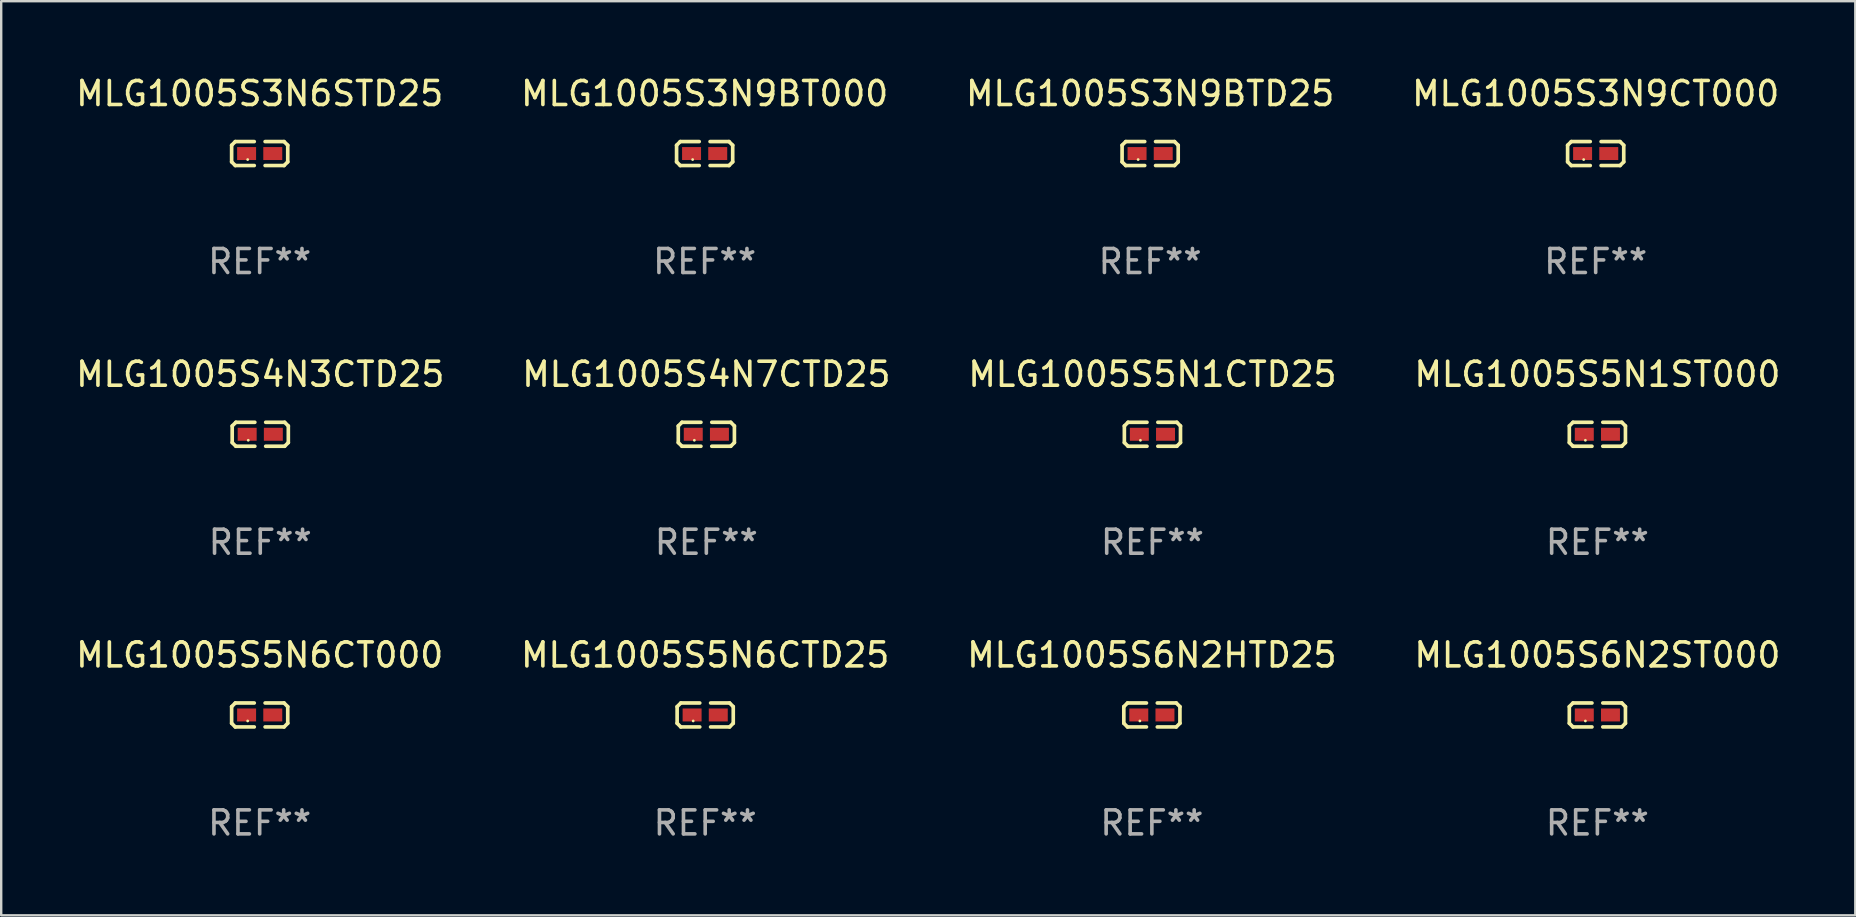
<source format=kicad_pcb>
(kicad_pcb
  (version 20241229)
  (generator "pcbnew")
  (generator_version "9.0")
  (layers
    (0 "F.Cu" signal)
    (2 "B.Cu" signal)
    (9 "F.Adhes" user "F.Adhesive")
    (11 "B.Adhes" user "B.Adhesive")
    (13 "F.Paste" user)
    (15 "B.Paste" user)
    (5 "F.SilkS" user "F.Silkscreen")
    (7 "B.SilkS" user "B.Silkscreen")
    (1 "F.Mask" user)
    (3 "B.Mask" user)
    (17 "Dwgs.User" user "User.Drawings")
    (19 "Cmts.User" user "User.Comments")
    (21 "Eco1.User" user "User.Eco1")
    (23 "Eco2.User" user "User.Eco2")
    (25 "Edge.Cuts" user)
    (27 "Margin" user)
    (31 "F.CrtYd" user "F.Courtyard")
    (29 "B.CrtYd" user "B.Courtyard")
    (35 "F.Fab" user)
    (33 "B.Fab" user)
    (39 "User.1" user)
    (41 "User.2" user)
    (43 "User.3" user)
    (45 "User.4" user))
  (footprint "MLG1005S4N3CTD25"
    (layer "F.Cu")
    (at 7.792 15.041)
    (property "Reference" "MLG1005S4N3CTD25" (at 0 -2.499 0) (layer "F.SilkS") (effects (font (size 1 1) (thickness 0.15))))
    (attr through_hole)
    (fp_line (start -1.169 -0.346) (end -1.016 -0.499) (stroke (width 0.152) (type solid)) (layer "F.SilkS"))
    (fp_line (start -1.169 0.346) (end -1.169 -0.346) (stroke (width 0.152) (type solid)) (layer "F.SilkS"))
    (fp_line (start -1.016 -0.499) (end -0.226 -0.499) (stroke (width 0.152) (type solid)) (layer "F.SilkS"))
    (fp_line (start -1.016 0.499) (end -1.169 0.346) (stroke (width 0.152) (type solid)) (layer "F.SilkS"))
    (fp_line (start -0.226 0.499) (end -1.016 0.499) (stroke (width 0.152) (type solid)) (layer "F.SilkS"))
    (fp_line (start 0.226 0.499) (end 1.016 0.499) (stroke (width 0.152) (type solid)) (layer "F.SilkS"))
    (fp_line (start 1.016 -0.499) (end 0.226 -0.499) (stroke (width 0.152) (type solid)) (layer "F.SilkS"))
    (fp_line (start 1.016 0.499) (end 1.169 0.346) (stroke (width 0.152) (type solid)) (layer "F.SilkS"))
    (fp_line (start 1.169 -0.346) (end 1.016 -0.499) (stroke (width 0.152) (type solid)) (layer "F.SilkS"))
    (fp_line (start 1.169 0.346) (end 1.169 -0.346) (stroke (width 0.152) (type solid)) (layer "F.SilkS"))
    (fp_circle (center -0.5 0.25) (end -0.47 0.25) (stroke (width 0.06) (type solid)) (fill no) (layer "F.SilkS"))
    (fp_text user "REF**" (at 0 4.499 0) (layer "F.Fab") (effects (font (size 1 1) (thickness 0.15))))
    (pad "1" smd rect (at -0.545 0) (size 0.79 0.54) (layers "F.Cu" "F.Mask" "F.Paste"))
    (pad "2" smd rect (at 0.545 0) (size 0.79 0.54) (layers "F.Cu" "F.Mask" "F.Paste")))
  (footprint "MLG1005S3N9CT000"
    (layer "F.Cu")
    (at 63.423 3.347)
    (property "Reference" "MLG1005S3N9CT000" (at 0 -2.499 0) (layer "F.SilkS") (effects (font (size 1 1) (thickness 0.15))))
    (attr through_hole)
    (fp_line (start -1.169 -0.346) (end -1.016 -0.499) (stroke (width 0.152) (type solid)) (layer "F.SilkS"))
    (fp_line (start -1.169 0.346) (end -1.169 -0.346) (stroke (width 0.152) (type solid)) (layer "F.SilkS"))
    (fp_line (start -1.016 -0.499) (end -0.226 -0.499) (stroke (width 0.152) (type solid)) (layer "F.SilkS"))
    (fp_line (start -1.016 0.499) (end -1.169 0.346) (stroke (width 0.152) (type solid)) (layer "F.SilkS"))
    (fp_line (start -0.226 0.499) (end -1.016 0.499) (stroke (width 0.152) (type solid)) (layer "F.SilkS"))
    (fp_line (start 0.226 0.499) (end 1.016 0.499) (stroke (width 0.152) (type solid)) (layer "F.SilkS"))
    (fp_line (start 1.016 -0.499) (end 0.226 -0.499) (stroke (width 0.152) (type solid)) (layer "F.SilkS"))
    (fp_line (start 1.016 0.499) (end 1.169 0.346) (stroke (width 0.152) (type solid)) (layer "F.SilkS"))
    (fp_line (start 1.169 -0.346) (end 1.016 -0.499) (stroke (width 0.152) (type solid)) (layer "F.SilkS"))
    (fp_line (start 1.169 0.346) (end 1.169 -0.346) (stroke (width 0.152) (type solid)) (layer "F.SilkS"))
    (fp_circle (center -0.5 0.25) (end -0.47 0.25) (stroke (width 0.06) (type solid)) (fill no) (layer "F.SilkS"))
    (fp_text user "REF**" (at 0 4.499 0) (layer "F.Fab") (effects (font (size 1 1) (thickness 0.15))))
    (pad "1" smd rect (at -0.545 0) (size 0.79 0.54) (layers "F.Cu" "F.Mask" "F.Paste"))
    (pad "2" smd rect (at 0.545 0) (size 0.79 0.54) (layers "F.Cu" "F.Mask" "F.Paste")))
  (footprint "MLG1005S4N7CTD25"
    (layer "F.Cu")
    (at 26.375 15.041)
    (property "Reference" "MLG1005S4N7CTD25" (at 0 -2.499 0) (layer "F.SilkS") (effects (font (size 1 1) (thickness 0.15))))
    (attr through_hole)
    (fp_line (start -1.169 -0.346) (end -1.016 -0.499) (stroke (width 0.152) (type solid)) (layer "F.SilkS"))
    (fp_line (start -1.169 0.346) (end -1.169 -0.346) (stroke (width 0.152) (type solid)) (layer "F.SilkS"))
    (fp_line (start -1.016 -0.499) (end -0.226 -0.499) (stroke (width 0.152) (type solid)) (layer "F.SilkS"))
    (fp_line (start -1.016 0.499) (end -1.169 0.346) (stroke (width 0.152) (type solid)) (layer "F.SilkS"))
    (fp_line (start -0.226 0.499) (end -1.016 0.499) (stroke (width 0.152) (type solid)) (layer "F.SilkS"))
    (fp_line (start 0.226 0.499) (end 1.016 0.499) (stroke (width 0.152) (type solid)) (layer "F.SilkS"))
    (fp_line (start 1.016 -0.499) (end 0.226 -0.499) (stroke (width 0.152) (type solid)) (layer "F.SilkS"))
    (fp_line (start 1.016 0.499) (end 1.169 0.346) (stroke (width 0.152) (type solid)) (layer "F.SilkS"))
    (fp_line (start 1.169 -0.346) (end 1.016 -0.499) (stroke (width 0.152) (type solid)) (layer "F.SilkS"))
    (fp_line (start 1.169 0.346) (end 1.169 -0.346) (stroke (width 0.152) (type solid)) (layer "F.SilkS"))
    (fp_circle (center -0.5 0.25) (end -0.47 0.25) (stroke (width 0.06) (type solid)) (fill no) (layer "F.SilkS"))
    (fp_text user "REF**" (at 0 4.499 0) (layer "F.Fab") (effects (font (size 1 1) (thickness 0.15))))
    (pad "1" smd rect (at -0.545 0) (size 0.79 0.54) (layers "F.Cu" "F.Mask" "F.Paste"))
    (pad "2" smd rect (at 0.545 0) (size 0.79 0.54) (layers "F.Cu" "F.Mask" "F.Paste")))
  (footprint "MLG1005S5N6CT000"
    (layer "F.Cu")
    (at 7.768 26.734)
    (property "Reference" "MLG1005S5N6CT000" (at 0 -2.499 0) (layer "F.SilkS") (effects (font (size 1 1) (thickness 0.15))))
    (attr through_hole)
    (fp_line (start -1.169 -0.346) (end -1.016 -0.499) (stroke (width 0.152) (type solid)) (layer "F.SilkS"))
    (fp_line (start -1.169 0.346) (end -1.169 -0.346) (stroke (width 0.152) (type solid)) (layer "F.SilkS"))
    (fp_line (start -1.016 -0.499) (end -0.226 -0.499) (stroke (width 0.152) (type solid)) (layer "F.SilkS"))
    (fp_line (start -1.016 0.499) (end -1.169 0.346) (stroke (width 0.152) (type solid)) (layer "F.SilkS"))
    (fp_line (start -0.226 0.499) (end -1.016 0.499) (stroke (width 0.152) (type solid)) (layer "F.SilkS"))
    (fp_line (start 0.226 0.499) (end 1.016 0.499) (stroke (width 0.152) (type solid)) (layer "F.SilkS"))
    (fp_line (start 1.016 -0.499) (end 0.226 -0.499) (stroke (width 0.152) (type solid)) (layer "F.SilkS"))
    (fp_line (start 1.016 0.499) (end 1.169 0.346) (stroke (width 0.152) (type solid)) (layer "F.SilkS"))
    (fp_line (start 1.169 -0.346) (end 1.016 -0.499) (stroke (width 0.152) (type solid)) (layer "F.SilkS"))
    (fp_line (start 1.169 0.346) (end 1.169 -0.346) (stroke (width 0.152) (type solid)) (layer "F.SilkS"))
    (fp_circle (center -0.5 0.25) (end -0.47 0.25) (stroke (width 0.06) (type solid)) (fill no) (layer "F.SilkS"))
    (fp_text user "REF**" (at 0 4.499 0) (layer "F.Fab") (effects (font (size 1 1) (thickness 0.15))))
    (pad "1" smd rect (at -0.545 0) (size 0.79 0.54) (layers "F.Cu" "F.Mask" "F.Paste"))
    (pad "2" smd rect (at 0.545 0) (size 0.79 0.54) (layers "F.Cu" "F.Mask" "F.Paste")))
  (footprint "MLG1005S6N2ST000"
    (layer "F.Cu")
    (at 63.494 26.734)
    (property "Reference" "MLG1005S6N2ST000" (at 0 -2.499 0) (layer "F.SilkS") (effects (font (size 1 1) (thickness 0.15))))
    (attr through_hole)
    (fp_line (start -1.169 -0.346) (end -1.016 -0.499) (stroke (width 0.152) (type solid)) (layer "F.SilkS"))
    (fp_line (start -1.169 0.346) (end -1.169 -0.346) (stroke (width 0.152) (type solid)) (layer "F.SilkS"))
    (fp_line (start -1.016 -0.499) (end -0.226 -0.499) (stroke (width 0.152) (type solid)) (layer "F.SilkS"))
    (fp_line (start -1.016 0.499) (end -1.169 0.346) (stroke (width 0.152) (type solid)) (layer "F.SilkS"))
    (fp_line (start -0.226 0.499) (end -1.016 0.499) (stroke (width 0.152) (type solid)) (layer "F.SilkS"))
    (fp_line (start 0.226 0.499) (end 1.016 0.499) (stroke (width 0.152) (type solid)) (layer "F.SilkS"))
    (fp_line (start 1.016 -0.499) (end 0.226 -0.499) (stroke (width 0.152) (type solid)) (layer "F.SilkS"))
    (fp_line (start 1.016 0.499) (end 1.169 0.346) (stroke (width 0.152) (type solid)) (layer "F.SilkS"))
    (fp_line (start 1.169 -0.346) (end 1.016 -0.499) (stroke (width 0.152) (type solid)) (layer "F.SilkS"))
    (fp_line (start 1.169 0.346) (end 1.169 -0.346) (stroke (width 0.152) (type solid)) (layer "F.SilkS"))
    (fp_circle (center -0.5 0.25) (end -0.47 0.25) (stroke (width 0.06) (type solid)) (fill no) (layer "F.SilkS"))
    (fp_text user "REF**" (at 0 4.499 0) (layer "F.Fab") (effects (font (size 1 1) (thickness 0.15))))
    (pad "1" smd rect (at -0.545 0) (size 0.79 0.54) (layers "F.Cu" "F.Mask" "F.Paste"))
    (pad "2" smd rect (at 0.545 0) (size 0.79 0.54) (layers "F.Cu" "F.Mask" "F.Paste")))
  (footprint "MLG1005S3N9BT000"
    (layer "F.Cu")
    (at 26.304 3.347)
    (property "Reference" "MLG1005S3N9BT000" (at 0 -2.499 0) (layer "F.SilkS") (effects (font (size 1 1) (thickness 0.15))))
    (attr through_hole)
    (fp_line (start -1.169 -0.346) (end -1.016 -0.499) (stroke (width 0.152) (type solid)) (layer "F.SilkS"))
    (fp_line (start -1.169 0.346) (end -1.169 -0.346) (stroke (width 0.152) (type solid)) (layer "F.SilkS"))
    (fp_line (start -1.016 -0.499) (end -0.226 -0.499) (stroke (width 0.152) (type solid)) (layer "F.SilkS"))
    (fp_line (start -1.016 0.499) (end -1.169 0.346) (stroke (width 0.152) (type solid)) (layer "F.SilkS"))
    (fp_line (start -0.226 0.499) (end -1.016 0.499) (stroke (width 0.152) (type solid)) (layer "F.SilkS"))
    (fp_line (start 0.226 0.499) (end 1.016 0.499) (stroke (width 0.152) (type solid)) (layer "F.SilkS"))
    (fp_line (start 1.016 -0.499) (end 0.226 -0.499) (stroke (width 0.152) (type solid)) (layer "F.SilkS"))
    (fp_line (start 1.016 0.499) (end 1.169 0.346) (stroke (width 0.152) (type solid)) (layer "F.SilkS"))
    (fp_line (start 1.169 -0.346) (end 1.016 -0.499) (stroke (width 0.152) (type solid)) (layer "F.SilkS"))
    (fp_line (start 1.169 0.346) (end 1.169 -0.346) (stroke (width 0.152) (type solid)) (layer "F.SilkS"))
    (fp_circle (center -0.5 0.25) (end -0.47 0.25) (stroke (width 0.06) (type solid)) (fill no) (layer "F.SilkS"))
    (fp_text user "REF**" (at 0 4.499 0) (layer "F.Fab") (effects (font (size 1 1) (thickness 0.15))))
    (pad "1" smd rect (at -0.545 0) (size 0.79 0.54) (layers "F.Cu" "F.Mask" "F.Paste"))
    (pad "2" smd rect (at 0.545 0) (size 0.79 0.54) (layers "F.Cu" "F.Mask" "F.Paste")))
  (footprint "MLG1005S3N9BTD25"
    (layer "F.Cu")
    (at 44.863 3.347)
    (property "Reference" "MLG1005S3N9BTD25" (at 0 -2.499 0) (layer "F.SilkS") (effects (font (size 1 1) (thickness 0.15))))
    (attr through_hole)
    (fp_line (start -1.169 -0.346) (end -1.016 -0.499) (stroke (width 0.152) (type solid)) (layer "F.SilkS"))
    (fp_line (start -1.169 0.346) (end -1.169 -0.346) (stroke (width 0.152) (type solid)) (layer "F.SilkS"))
    (fp_line (start -1.016 -0.499) (end -0.226 -0.499) (stroke (width 0.152) (type solid)) (layer "F.SilkS"))
    (fp_line (start -1.016 0.499) (end -1.169 0.346) (stroke (width 0.152) (type solid)) (layer "F.SilkS"))
    (fp_line (start -0.226 0.499) (end -1.016 0.499) (stroke (width 0.152) (type solid)) (layer "F.SilkS"))
    (fp_line (start 0.226 0.499) (end 1.016 0.499) (stroke (width 0.152) (type solid)) (layer "F.SilkS"))
    (fp_line (start 1.016 -0.499) (end 0.226 -0.499) (stroke (width 0.152) (type solid)) (layer "F.SilkS"))
    (fp_line (start 1.016 0.499) (end 1.169 0.346) (stroke (width 0.152) (type solid)) (layer "F.SilkS"))
    (fp_line (start 1.169 -0.346) (end 1.016 -0.499) (stroke (width 0.152) (type solid)) (layer "F.SilkS"))
    (fp_line (start 1.169 0.346) (end 1.169 -0.346) (stroke (width 0.152) (type solid)) (layer "F.SilkS"))
    (fp_circle (center -0.5 0.25) (end -0.47 0.25) (stroke (width 0.06) (type solid)) (fill no) (layer "F.SilkS"))
    (fp_text user "REF**" (at 0 4.499 0) (layer "F.Fab") (effects (font (size 1 1) (thickness 0.15))))
    (pad "1" smd rect (at -0.545 0) (size 0.79 0.54) (layers "F.Cu" "F.Mask" "F.Paste"))
    (pad "2" smd rect (at 0.545 0) (size 0.79 0.54) (layers "F.Cu" "F.Mask" "F.Paste")))
  (footprint "MLG1005S5N6CTD25"
    (layer "F.Cu")
    (at 26.327 26.734)
    (property "Reference" "MLG1005S5N6CTD25" (at 0 -2.499 0) (layer "F.SilkS") (effects (font (size 1 1) (thickness 0.15))))
    (attr through_hole)
    (fp_line (start -1.169 -0.346) (end -1.016 -0.499) (stroke (width 0.152) (type solid)) (layer "F.SilkS"))
    (fp_line (start -1.169 0.346) (end -1.169 -0.346) (stroke (width 0.152) (type solid)) (layer "F.SilkS"))
    (fp_line (start -1.016 -0.499) (end -0.226 -0.499) (stroke (width 0.152) (type solid)) (layer "F.SilkS"))
    (fp_line (start -1.016 0.499) (end -1.169 0.346) (stroke (width 0.152) (type solid)) (layer "F.SilkS"))
    (fp_line (start -0.226 0.499) (end -1.016 0.499) (stroke (width 0.152) (type solid)) (layer "F.SilkS"))
    (fp_line (start 0.226 0.499) (end 1.016 0.499) (stroke (width 0.152) (type solid)) (layer "F.SilkS"))
    (fp_line (start 1.016 -0.499) (end 0.226 -0.499) (stroke (width 0.152) (type solid)) (layer "F.SilkS"))
    (fp_line (start 1.016 0.499) (end 1.169 0.346) (stroke (width 0.152) (type solid)) (layer "F.SilkS"))
    (fp_line (start 1.169 -0.346) (end 1.016 -0.499) (stroke (width 0.152) (type solid)) (layer "F.SilkS"))
    (fp_line (start 1.169 0.346) (end 1.169 -0.346) (stroke (width 0.152) (type solid)) (layer "F.SilkS"))
    (fp_circle (center -0.5 0.25) (end -0.47 0.25) (stroke (width 0.06) (type solid)) (fill no) (layer "F.SilkS"))
    (fp_text user "REF**" (at 0 4.499 0) (layer "F.Fab") (effects (font (size 1 1) (thickness 0.15))))
    (pad "1" smd rect (at -0.545 0) (size 0.79 0.54) (layers "F.Cu" "F.Mask" "F.Paste"))
    (pad "2" smd rect (at 0.545 0) (size 0.79 0.54) (layers "F.Cu" "F.Mask" "F.Paste")))
  (footprint "MLG1005S3N6STD25"
    (layer "F.Cu")
    (at 7.768 3.347)
    (property "Reference" "MLG1005S3N6STD25" (at 0 -2.499 0) (layer "F.SilkS") (effects (font (size 1 1) (thickness 0.15))))
    (attr through_hole)
    (fp_line (start -1.169 -0.346) (end -1.016 -0.499) (stroke (width 0.152) (type solid)) (layer "F.SilkS"))
    (fp_line (start -1.169 0.346) (end -1.169 -0.346) (stroke (width 0.152) (type solid)) (layer "F.SilkS"))
    (fp_line (start -1.016 -0.499) (end -0.226 -0.499) (stroke (width 0.152) (type solid)) (layer "F.SilkS"))
    (fp_line (start -1.016 0.499) (end -1.169 0.346) (stroke (width 0.152) (type solid)) (layer "F.SilkS"))
    (fp_line (start -0.226 0.499) (end -1.016 0.499) (stroke (width 0.152) (type solid)) (layer "F.SilkS"))
    (fp_line (start 0.226 0.499) (end 1.016 0.499) (stroke (width 0.152) (type solid)) (layer "F.SilkS"))
    (fp_line (start 1.016 -0.499) (end 0.226 -0.499) (stroke (width 0.152) (type solid)) (layer "F.SilkS"))
    (fp_line (start 1.016 0.499) (end 1.169 0.346) (stroke (width 0.152) (type solid)) (layer "F.SilkS"))
    (fp_line (start 1.169 -0.346) (end 1.016 -0.499) (stroke (width 0.152) (type solid)) (layer "F.SilkS"))
    (fp_line (start 1.169 0.346) (end 1.169 -0.346) (stroke (width 0.152) (type solid)) (layer "F.SilkS"))
    (fp_circle (center -0.5 0.25) (end -0.47 0.25) (stroke (width 0.06) (type solid)) (fill no) (layer "F.SilkS"))
    (fp_text user "REF**" (at 0 4.499 0) (layer "F.Fab") (effects (font (size 1 1) (thickness 0.15))))
    (pad "1" smd rect (at -0.545 0) (size 0.79 0.54) (layers "F.Cu" "F.Mask" "F.Paste"))
    (pad "2" smd rect (at 0.545 0) (size 0.79 0.54) (layers "F.Cu" "F.Mask" "F.Paste")))
  (footprint "MLG1005S5N1ST000"
    (layer "F.Cu")
    (at 63.494 15.041)
    (property "Reference" "MLG1005S5N1ST000" (at 0 -2.499 0) (layer "F.SilkS") (effects (font (size 1 1) (thickness 0.15))))
    (attr through_hole)
    (fp_line (start -1.169 -0.346) (end -1.016 -0.499) (stroke (width 0.152) (type solid)) (layer "F.SilkS"))
    (fp_line (start -1.169 0.346) (end -1.169 -0.346) (stroke (width 0.152) (type solid)) (layer "F.SilkS"))
    (fp_line (start -1.016 -0.499) (end -0.226 -0.499) (stroke (width 0.152) (type solid)) (layer "F.SilkS"))
    (fp_line (start -1.016 0.499) (end -1.169 0.346) (stroke (width 0.152) (type solid)) (layer "F.SilkS"))
    (fp_line (start -0.226 0.499) (end -1.016 0.499) (stroke (width 0.152) (type solid)) (layer "F.SilkS"))
    (fp_line (start 0.226 0.499) (end 1.016 0.499) (stroke (width 0.152) (type solid)) (layer "F.SilkS"))
    (fp_line (start 1.016 -0.499) (end 0.226 -0.499) (stroke (width 0.152) (type solid)) (layer "F.SilkS"))
    (fp_line (start 1.016 0.499) (end 1.169 0.346) (stroke (width 0.152) (type solid)) (layer "F.SilkS"))
    (fp_line (start 1.169 -0.346) (end 1.016 -0.499) (stroke (width 0.152) (type solid)) (layer "F.SilkS"))
    (fp_line (start 1.169 0.346) (end 1.169 -0.346) (stroke (width 0.152) (type solid)) (layer "F.SilkS"))
    (fp_circle (center -0.5 0.25) (end -0.47 0.25) (stroke (width 0.06) (type solid)) (fill no) (layer "F.SilkS"))
    (fp_text user "REF**" (at 0 4.499 0) (layer "F.Fab") (effects (font (size 1 1) (thickness 0.15))))
    (pad "1" smd rect (at -0.545 0) (size 0.79 0.54) (layers "F.Cu" "F.Mask" "F.Paste"))
    (pad "2" smd rect (at 0.545 0) (size 0.79 0.54) (layers "F.Cu" "F.Mask" "F.Paste")))
  (footprint "MLG1005S5N1CTD25"
    (layer "F.Cu")
    (at 44.958 15.041)
    (property "Reference" "MLG1005S5N1CTD25" (at 0 -2.499 0) (layer "F.SilkS") (effects (font (size 1 1) (thickness 0.15))))
    (attr through_hole)
    (fp_line (start -1.169 -0.346) (end -1.016 -0.499) (stroke (width 0.152) (type solid)) (layer "F.SilkS"))
    (fp_line (start -1.169 0.346) (end -1.169 -0.346) (stroke (width 0.152) (type solid)) (layer "F.SilkS"))
    (fp_line (start -1.016 -0.499) (end -0.226 -0.499) (stroke (width 0.152) (type solid)) (layer "F.SilkS"))
    (fp_line (start -1.016 0.499) (end -1.169 0.346) (stroke (width 0.152) (type solid)) (layer "F.SilkS"))
    (fp_line (start -0.226 0.499) (end -1.016 0.499) (stroke (width 0.152) (type solid)) (layer "F.SilkS"))
    (fp_line (start 0.226 0.499) (end 1.016 0.499) (stroke (width 0.152) (type solid)) (layer "F.SilkS"))
    (fp_line (start 1.016 -0.499) (end 0.226 -0.499) (stroke (width 0.152) (type solid)) (layer "F.SilkS"))
    (fp_line (start 1.016 0.499) (end 1.169 0.346) (stroke (width 0.152) (type solid)) (layer "F.SilkS"))
    (fp_line (start 1.169 -0.346) (end 1.016 -0.499) (stroke (width 0.152) (type solid)) (layer "F.SilkS"))
    (fp_line (start 1.169 0.346) (end 1.169 -0.346) (stroke (width 0.152) (type solid)) (layer "F.SilkS"))
    (fp_circle (center -0.5 0.25) (end -0.47 0.25) (stroke (width 0.06) (type solid)) (fill no) (layer "F.SilkS"))
    (fp_text user "REF**" (at 0 4.499 0) (layer "F.Fab") (effects (font (size 1 1) (thickness 0.15))))
    (pad "1" smd rect (at -0.545 0) (size 0.79 0.54) (layers "F.Cu" "F.Mask" "F.Paste"))
    (pad "2" smd rect (at 0.545 0) (size 0.79 0.54) (layers "F.Cu" "F.Mask" "F.Paste")))
  (footprint "MLG1005S6N2HTD25"
    (layer "F.Cu")
    (at 44.935 26.734)
    (property "Reference" "MLG1005S6N2HTD25" (at 0 -2.499 0) (layer "F.SilkS") (effects (font (size 1 1) (thickness 0.15))))
    (attr through_hole)
    (fp_line (start -1.169 -0.346) (end -1.016 -0.499) (stroke (width 0.152) (type solid)) (layer "F.SilkS"))
    (fp_line (start -1.169 0.346) (end -1.169 -0.346) (stroke (width 0.152) (type solid)) (layer "F.SilkS"))
    (fp_line (start -1.016 -0.499) (end -0.226 -0.499) (stroke (width 0.152) (type solid)) (layer "F.SilkS"))
    (fp_line (start -1.016 0.499) (end -1.169 0.346) (stroke (width 0.152) (type solid)) (layer "F.SilkS"))
    (fp_line (start -0.226 0.499) (end -1.016 0.499) (stroke (width 0.152) (type solid)) (layer "F.SilkS"))
    (fp_line (start 0.226 0.499) (end 1.016 0.499) (stroke (width 0.152) (type solid)) (layer "F.SilkS"))
    (fp_line (start 1.016 -0.499) (end 0.226 -0.499) (stroke (width 0.152) (type solid)) (layer "F.SilkS"))
    (fp_line (start 1.016 0.499) (end 1.169 0.346) (stroke (width 0.152) (type solid)) (layer "F.SilkS"))
    (fp_line (start 1.169 -0.346) (end 1.016 -0.499) (stroke (width 0.152) (type solid)) (layer "F.SilkS"))
    (fp_line (start 1.169 0.346) (end 1.169 -0.346) (stroke (width 0.152) (type solid)) (layer "F.SilkS"))
    (fp_circle (center -0.5 0.25) (end -0.47 0.25) (stroke (width 0.06) (type solid)) (fill no) (layer "F.SilkS"))
    (fp_text user "REF**" (at 0 4.499 0) (layer "F.Fab") (effects (font (size 1 1) (thickness 0.15))))
    (pad "1" smd rect (at -0.545 0) (size 0.79 0.54) (layers "F.Cu" "F.Mask" "F.Paste"))
    (pad "2" smd rect (at 0.545 0) (size 0.79 0.54) (layers "F.Cu" "F.Mask" "F.Paste")))
  (gr_rect
    (start -3 -3)
    (end 74.238 35.081)
    (stroke (width 0.1) (type default))
    (fill no)
    (layer "Edge.Cuts")))
</source>
